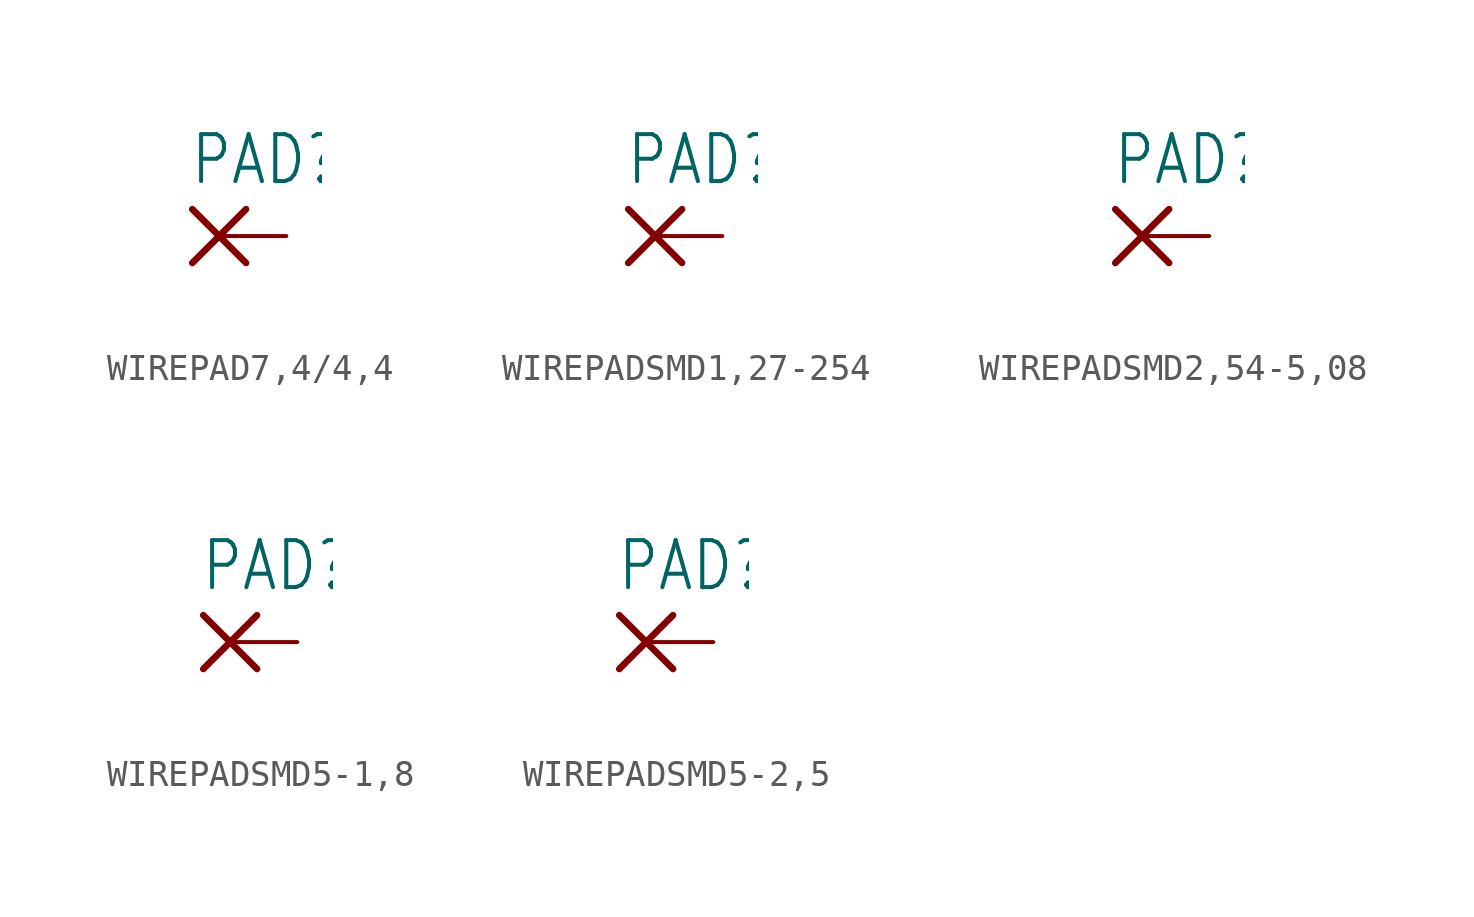
<source format=kicad_sym>
(kicad_symbol_lib
  (version 20241209)
  (generator "kicad_symbol_editor")
  (generator_version "9.0")
  (symbol "WIREPAD7,4/4,4"
    (property "Reference" "PAD"
      (at -1.143 1.854 0)
      (effects (font (size 1.778 1.511)) (justify left bottom)))
    (property "Value" ""
      (at -1.143 -3.302 0)
      (effects (font (size 1.778 1.511)) (justify left bottom)))
    (property "ki_locked" ""
      (at 0 0 0)
      (effects (font (size 1.27 1.27))))
    (symbol "WIREPAD7,4/4,4_1_0"
      (polyline (pts (xy -1.016 1.016) (xy 1.016 -1.016)) (stroke (width 0.254) (type solid)) (fill (type none)))
      (polyline (pts (xy -1.016 -1.016) (xy 1.016 1.016)) (stroke (width 0.254) (type solid)) (fill (type none)))
      (pin passive line (at 2.54 0 180) (length 2.54) (name "P" (effects (font (size 0 0)))) (number "1" (effects (font (size 0 0)))))))
  (symbol "WIREPADSMD1,27-254"
    (property "Reference" "PAD"
      (at -1.143 1.854 0)
      (effects (font (size 1.778 1.511)) (justify left bottom)))
    (property "Value" ""
      (at -1.143 -3.302 0)
      (effects (font (size 1.778 1.511)) (justify left bottom)))
    (property "ki_locked" ""
      (at 0 0 0)
      (effects (font (size 1.27 1.27))))
    (symbol "WIREPADSMD1,27-254_1_0"
      (polyline (pts (xy -1.016 1.016) (xy 1.016 -1.016)) (stroke (width 0.254) (type solid)) (fill (type none)))
      (polyline (pts (xy -1.016 -1.016) (xy 1.016 1.016)) (stroke (width 0.254) (type solid)) (fill (type none)))
      (pin passive line (at 2.54 0 180) (length 2.54) (name "P" (effects (font (size 0 0)))) (number "1" (effects (font (size 0 0)))))))
  (symbol "WIREPADSMD2,54-5,08"
    (property "Reference" "PAD"
      (at -1.143 1.854 0)
      (effects (font (size 1.778 1.511)) (justify left bottom)))
    (property "Value" ""
      (at -1.143 -3.302 0)
      (effects (font (size 1.778 1.511)) (justify left bottom)))
    (property "ki_locked" ""
      (at 0 0 0)
      (effects (font (size 1.27 1.27))))
    (symbol "WIREPADSMD2,54-5,08_1_0"
      (polyline (pts (xy -1.016 1.016) (xy 1.016 -1.016)) (stroke (width 0.254) (type solid)) (fill (type none)))
      (polyline (pts (xy -1.016 -1.016) (xy 1.016 1.016)) (stroke (width 0.254) (type solid)) (fill (type none)))
      (pin passive line (at 2.54 0 180) (length 2.54) (name "P" (effects (font (size 0 0)))) (number "1" (effects (font (size 0 0)))))))
  (symbol "WIREPADSMD5-1,8"
    (property "Reference" "PAD"
      (at -1.143 1.854 0)
      (effects (font (size 1.778 1.511)) (justify left bottom)))
    (property "Value" ""
      (at -1.143 -3.302 0)
      (effects (font (size 1.778 1.511)) (justify left bottom)))
    (property "ki_locked" ""
      (at 0 0 0)
      (effects (font (size 1.27 1.27))))
    (symbol "WIREPADSMD5-1,8_1_0"
      (polyline (pts (xy -1.016 1.016) (xy 1.016 -1.016)) (stroke (width 0.254) (type solid)) (fill (type none)))
      (polyline (pts (xy -1.016 -1.016) (xy 1.016 1.016)) (stroke (width 0.254) (type solid)) (fill (type none)))
      (pin passive line (at 2.54 0 180) (length 2.54) (name "P" (effects (font (size 0 0)))) (number "1" (effects (font (size 0 0)))))))
  (symbol "WIREPADSMD5-2,5"
    (property "Reference" "PAD"
      (at -1.143 1.854 0)
      (effects (font (size 1.778 1.511)) (justify left bottom)))
    (property "Value" ""
      (at -1.143 -3.302 0)
      (effects (font (size 1.778 1.511)) (justify left bottom)))
    (property "ki_locked" ""
      (at 0 0 0)
      (effects (font (size 1.27 1.27))))
    (symbol "WIREPADSMD5-2,5_1_0"
      (polyline (pts (xy -1.016 1.016) (xy 1.016 -1.016)) (stroke (width 0.254) (type solid)) (fill (type none)))
      (polyline (pts (xy -1.016 -1.016) (xy 1.016 1.016)) (stroke (width 0.254) (type solid)) (fill (type none)))
      (pin passive line (at 2.54 0 180) (length 2.54) (name "P" (effects (font (size 0 0)))) (number "1" (effects (font (size 0 0))))))))
</source>
